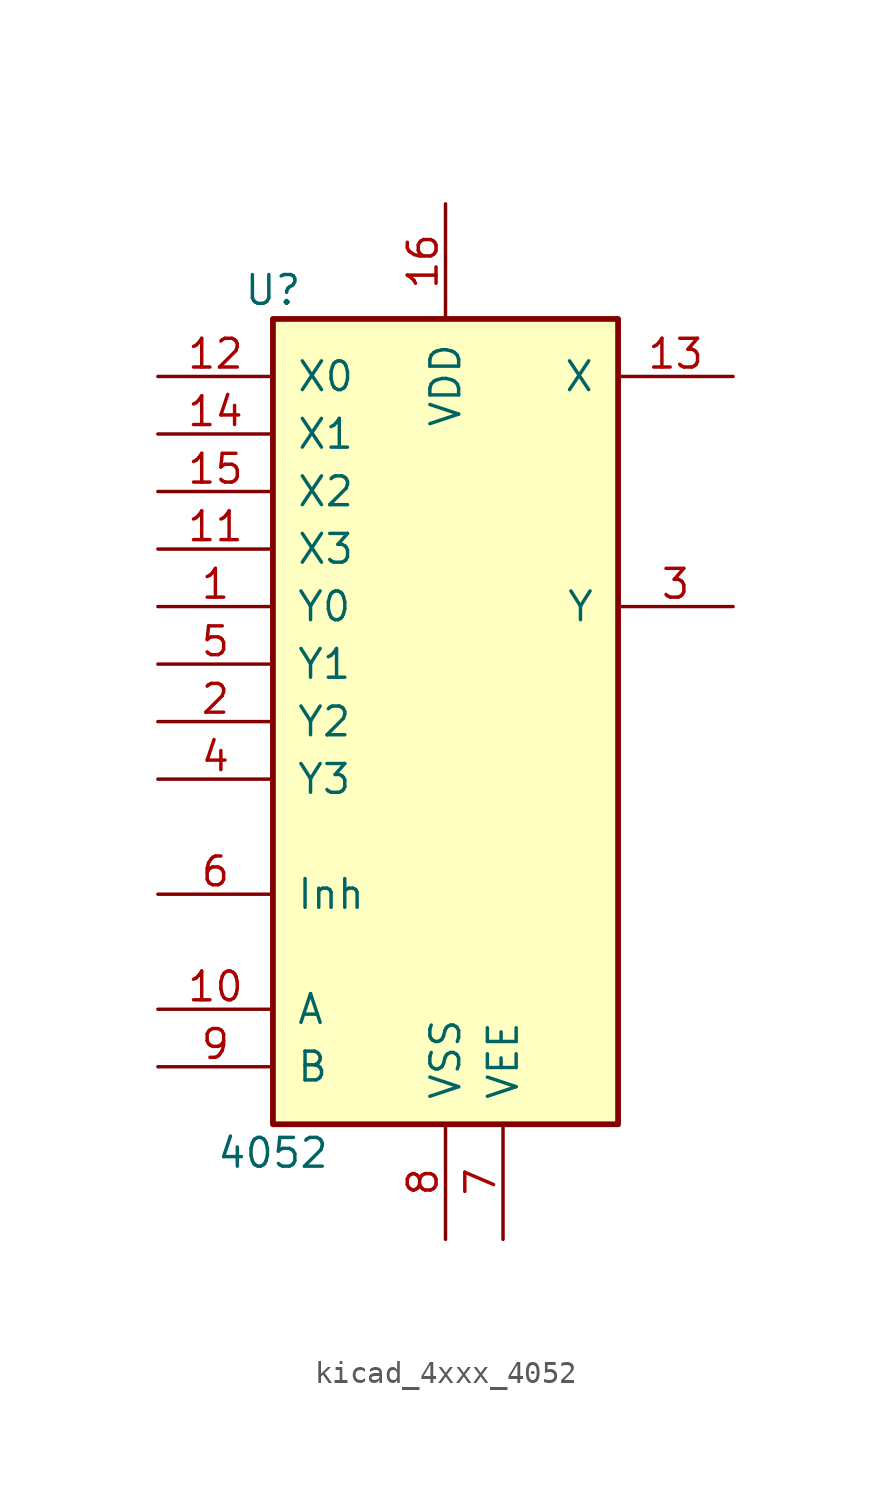
<source format=kicad_sym>
(kicad_symbol_lib
  (version 20220914)
  (generator kicad_symbol_editor)
  (symbol "kicad_4xxx_4052"
    (pin_names
      (offset 1.016))
    (property "Reference" "U"
      (at -7.62 19.05 0)
      (effects (font (size 1.27 1.27))))
    (property "Value" "4052"
      (at -7.62 -19.05 0)
      (effects (font (size 1.27 1.27))))
    (property "ki_locked" ""
      (at 0 0 0)
      (effects (font (size 1.27 1.27))))
    (symbol "kicad_4xxx_4052_1_0"
      (pin passive line (at -12.7 5.08 0) (length 5.08) (name "Y0" (effects (font (size 1.27 1.27)))) (number "1" (effects (font (size 1.27 1.27)))))
      (pin input line (at -12.7 -12.7 0) (length 5.08) (name "A" (effects (font (size 1.27 1.27)))) (number "10" (effects (font (size 1.27 1.27)))))
      (pin passive line (at -12.7 7.62 0) (length 5.08) (name "X3" (effects (font (size 1.27 1.27)))) (number "11" (effects (font (size 1.27 1.27)))))
      (pin passive line (at -12.7 15.24 0) (length 5.08) (name "X0" (effects (font (size 1.27 1.27)))) (number "12" (effects (font (size 1.27 1.27)))))
      (pin passive line (at 12.7 15.24 180) (length 5.08) (name "X" (effects (font (size 1.27 1.27)))) (number "13" (effects (font (size 1.27 1.27)))))
      (pin passive line (at -12.7 12.7 0) (length 5.08) (name "X1" (effects (font (size 1.27 1.27)))) (number "14" (effects (font (size 1.27 1.27)))))
      (pin passive line (at -12.7 10.16 0) (length 5.08) (name "X2" (effects (font (size 1.27 1.27)))) (number "15" (effects (font (size 1.27 1.27)))))
      (pin power_in line (at 0 22.86 270) (length 5.08) (name "VDD" (effects (font (size 1.27 1.27)))) (number "16" (effects (font (size 1.27 1.27)))))
      (pin passive line (at -12.7 0 0) (length 5.08) (name "Y2" (effects (font (size 1.27 1.27)))) (number "2" (effects (font (size 1.27 1.27)))))
      (pin passive line (at 12.7 5.08 180) (length 5.08) (name "Y" (effects (font (size 1.27 1.27)))) (number "3" (effects (font (size 1.27 1.27)))))
      (pin passive line (at -12.7 -2.54 0) (length 5.08) (name "Y3" (effects (font (size 1.27 1.27)))) (number "4" (effects (font (size 1.27 1.27)))))
      (pin passive line (at -12.7 2.54 0) (length 5.08) (name "Y1" (effects (font (size 1.27 1.27)))) (number "5" (effects (font (size 1.27 1.27)))))
      (pin input line (at -12.7 -7.62 0) (length 5.08) (name "Inh" (effects (font (size 1.27 1.27)))) (number "6" (effects (font (size 1.27 1.27)))))
      (pin power_in line (at 2.54 -22.86 90) (length 5.08) (name "VEE" (effects (font (size 1.27 1.27)))) (number "7" (effects (font (size 1.27 1.27)))))
      (pin power_in line (at 0 -22.86 90) (length 5.08) (name "VSS" (effects (font (size 1.27 1.27)))) (number "8" (effects (font (size 1.27 1.27)))))
      (pin input line (at -12.7 -15.24 0) (length 5.08) (name "B" (effects (font (size 1.27 1.27)))) (number "9" (effects (font (size 1.27 1.27))))))
    (symbol "kicad_4xxx_4052_1_1"
      (rectangle (start -7.62 17.78) (end 7.62 -17.78) (stroke (width 0.254) (type default)) (fill (type background))))))
</source>
